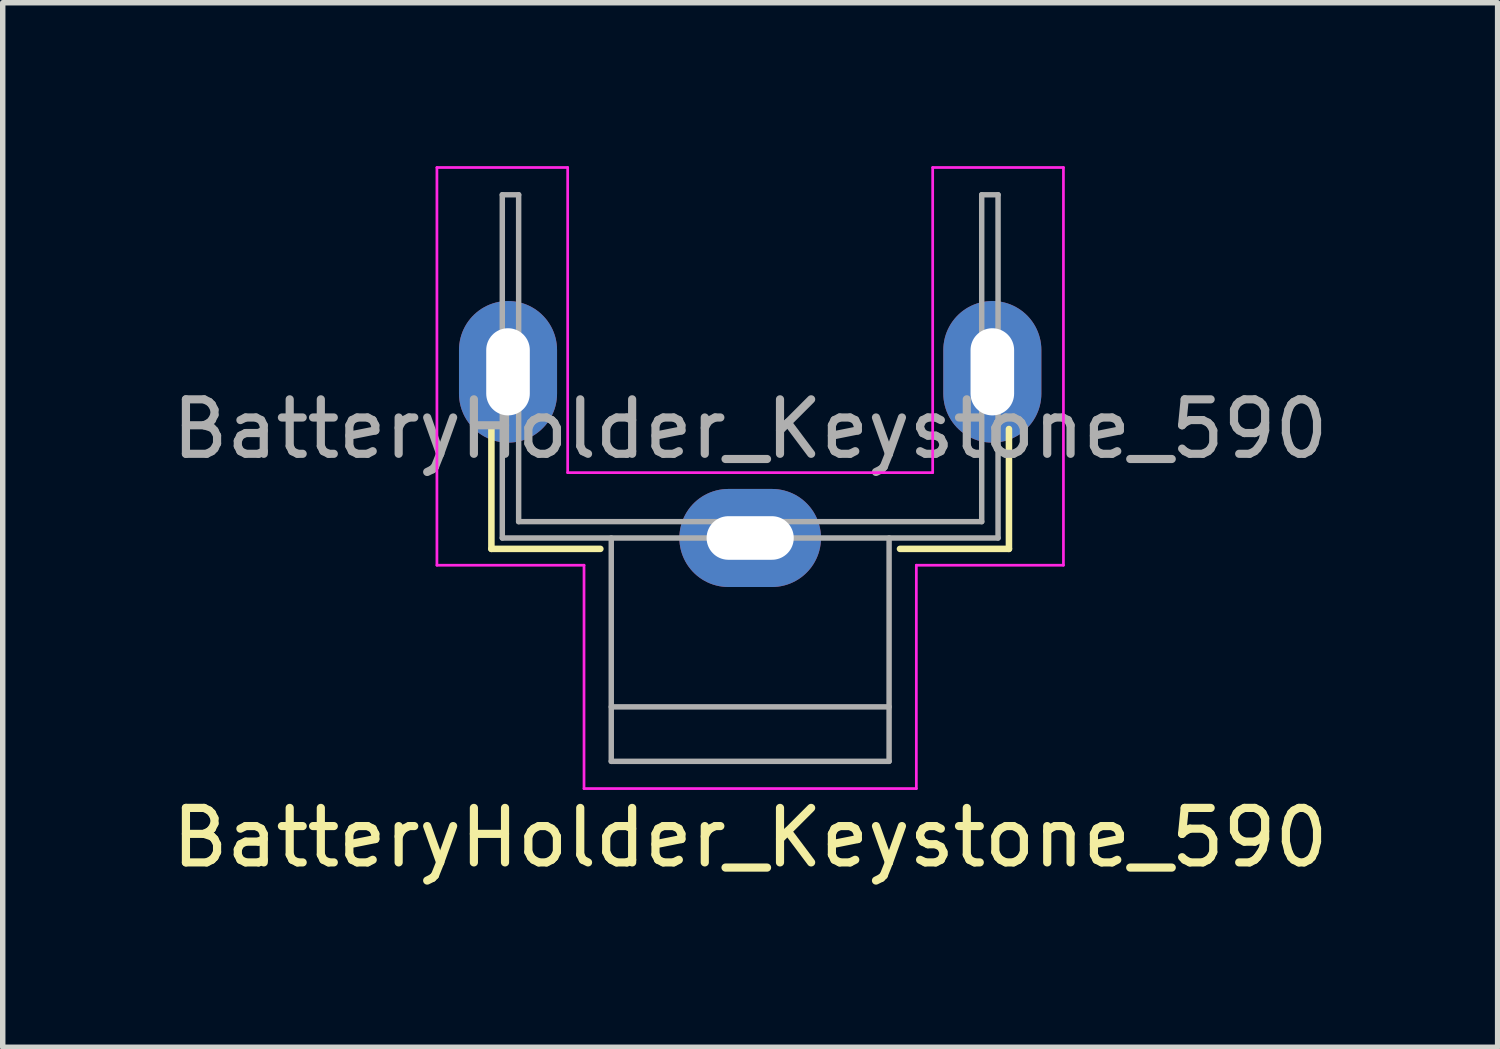
<source format=kicad_pcb>
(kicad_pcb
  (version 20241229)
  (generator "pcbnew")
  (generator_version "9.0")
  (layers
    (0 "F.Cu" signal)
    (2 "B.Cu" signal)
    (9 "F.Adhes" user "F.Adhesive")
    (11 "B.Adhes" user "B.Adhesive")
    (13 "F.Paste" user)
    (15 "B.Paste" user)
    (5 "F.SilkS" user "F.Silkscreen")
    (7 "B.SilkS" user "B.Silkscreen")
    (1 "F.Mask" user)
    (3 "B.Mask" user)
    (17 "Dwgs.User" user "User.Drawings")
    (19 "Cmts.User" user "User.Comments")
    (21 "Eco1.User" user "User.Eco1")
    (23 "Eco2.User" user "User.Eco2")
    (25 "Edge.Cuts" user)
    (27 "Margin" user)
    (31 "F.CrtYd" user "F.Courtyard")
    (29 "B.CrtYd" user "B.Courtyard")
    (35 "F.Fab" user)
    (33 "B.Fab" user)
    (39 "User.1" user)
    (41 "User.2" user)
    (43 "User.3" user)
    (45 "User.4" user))
  (footprint "BatteryHolder_Keystone_590"
    (layer "F.Cu")
    (at 10.72 6.825)
    (property "Reference" "BatteryHolder_Keystone_590" (at 0 5.5 0) (layer "F.SilkS") (effects (font (size 1 1) (thickness 0.15))))
    (attr through_hole)
    (fp_line (start -4.75 -2) (end -4.75 0.2) (stroke (width 0.12) (type solid)) (layer "F.SilkS"))
    (fp_line (start -4.75 0.2) (end -2.75 0.2) (stroke (width 0.12) (type solid)) (layer "F.SilkS"))
    (fp_line (start 4.75 -2) (end 4.75 0.2) (stroke (width 0.12) (type solid)) (layer "F.SilkS"))
    (fp_line (start 4.75 0.2) (end 2.75 0.2) (stroke (width 0.12) (type solid)) (layer "F.SilkS"))
    (fp_line (start -5.75 -6.8) (end -3.35 -6.8) (stroke (width 0.05) (type solid)) (layer "F.CrtYd"))
    (fp_line (start -5.75 0.5) (end -5.75 -6.8) (stroke (width 0.05) (type solid)) (layer "F.CrtYd"))
    (fp_line (start -3.35 -1.2) (end -3.35 -6.8) (stroke (width 0.05) (type solid)) (layer "F.CrtYd"))
    (fp_line (start -3.05 0.5) (end -5.75 0.5) (stroke (width 0.05) (type solid)) (layer "F.CrtYd"))
    (fp_line (start -3.05 4.6) (end -3.05 0.5) (stroke (width 0.05) (type solid)) (layer "F.CrtYd"))
    (fp_line (start 3.05 0.5) (end 3.05 4.6) (stroke (width 0.05) (type solid)) (layer "F.CrtYd"))
    (fp_line (start 3.05 0.5) (end 5.75 0.5) (stroke (width 0.05) (type solid)) (layer "F.CrtYd"))
    (fp_line (start 3.05 4.6) (end -3.05 4.6) (stroke (width 0.05) (type solid)) (layer "F.CrtYd"))
    (fp_line (start 3.35 -6.8) (end 5.75 -6.8) (stroke (width 0.05) (type solid)) (layer "F.CrtYd"))
    (fp_line (start 3.35 -1.2) (end -3.35 -1.2) (stroke (width 0.05) (type solid)) (layer "F.CrtYd"))
    (fp_line (start 3.35 -1.2) (end 3.35 -6.8) (stroke (width 0.05) (type solid)) (layer "F.CrtYd"))
    (fp_line (start 5.75 -6.8) (end 5.75 0.5) (stroke (width 0.05) (type solid)) (layer "F.CrtYd"))
    (fp_line (start -4.55 0) (end -4.55 -6.3) (stroke (width 0.1) (type solid)) (layer "F.Fab"))
    (fp_line (start -4.25 -6.3) (end -4.55 -6.3) (stroke (width 0.1) (type solid)) (layer "F.Fab"))
    (fp_line (start -4.25 -0.3) (end -4.25 -6.3) (stroke (width 0.1) (type solid)) (layer "F.Fab"))
    (fp_line (start -2.55 3.1) (end 2.55 3.1) (stroke (width 0.1) (type solid)) (layer "F.Fab"))
    (fp_line (start -2.55 4.1) (end -2.55 0) (stroke (width 0.1) (type solid)) (layer "F.Fab"))
    (fp_line (start 2.55 0) (end 2.55 4.1) (stroke (width 0.1) (type solid)) (layer "F.Fab"))
    (fp_line (start 2.55 4.1) (end -2.55 4.1) (stroke (width 0.1) (type solid)) (layer "F.Fab"))
    (fp_line (start 4.25 -6.3) (end 4.25 -0.3) (stroke (width 0.1) (type solid)) (layer "F.Fab"))
    (fp_line (start 4.25 -0.3) (end -4.25 -0.3) (stroke (width 0.1) (type solid)) (layer "F.Fab"))
    (fp_line (start 4.55 -6.3) (end 4.25 -6.3) (stroke (width 0.1) (type solid)) (layer "F.Fab"))
    (fp_line (start 4.55 0) (end -4.55 0) (stroke (width 0.1) (type solid)) (layer "F.Fab"))
    (fp_line (start 4.55 0) (end 4.55 -6.3) (stroke (width 0.1) (type solid)) (layer "F.Fab"))
    (fp_text user "${REFERENCE}" (at 0 -2 0) (layer "F.Fab") (effects (font (size 1 1) (thickness 0.15))))
    (pad "1" thru_hole oval (at -4.445 -3.05 90) (size 2.6 1.8) (drill oval 1.6 0.8) (layers "*.Cu" "*.Mask"))
    (pad "1" thru_hole oval (at 0 0) (size 2.6 1.8) (drill oval 1.6 0.8) (layers "*.Cu" "*.Mask"))
    (pad "1" thru_hole oval (at 4.445 -3.05 90) (size 2.6 1.8) (drill oval 1.6 0.8) (layers "*.Cu" "*.Mask")))
  (gr_rect
    (start -3 -3)
    (end 24.44 16.173)
    (stroke (width 0.1) (type default))
    (fill no)
    (layer "Edge.Cuts")))
</source>
